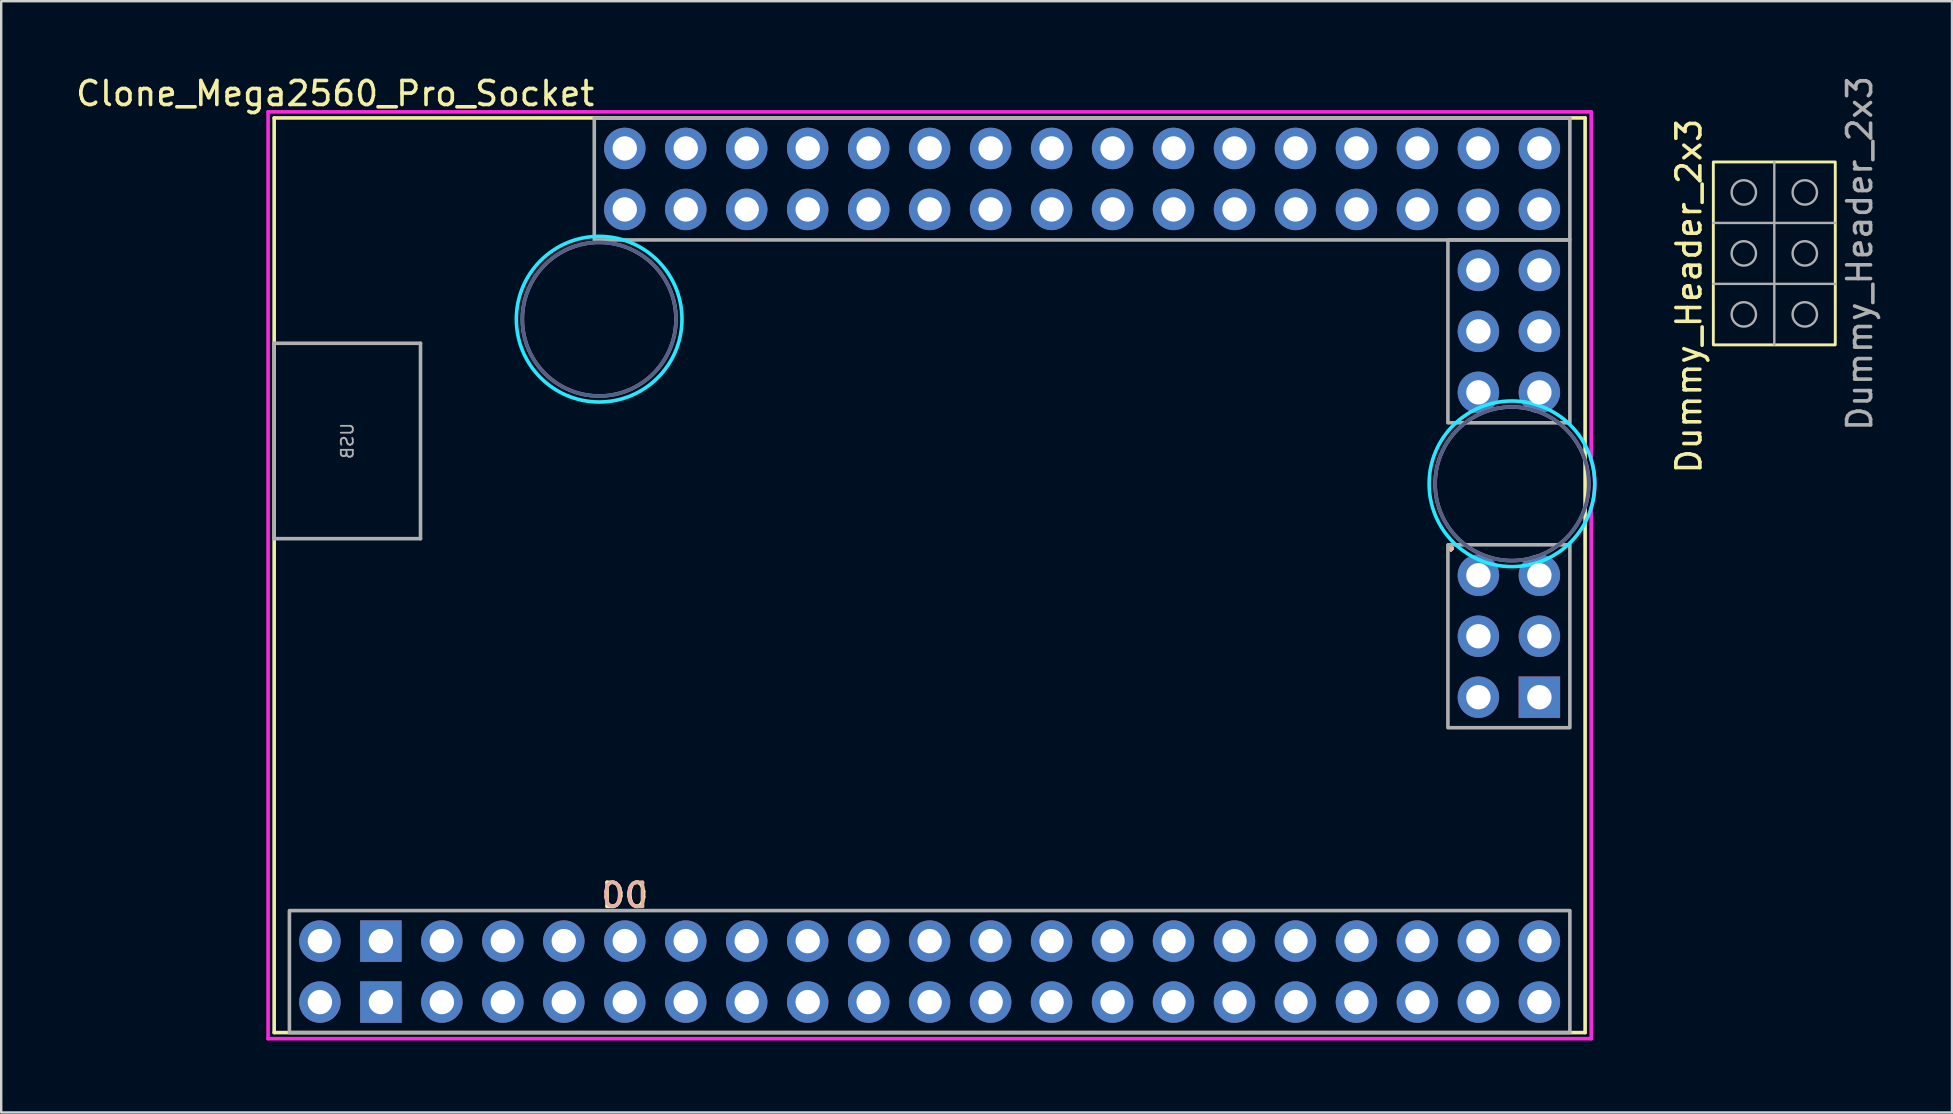
<source format=kicad_pcb>
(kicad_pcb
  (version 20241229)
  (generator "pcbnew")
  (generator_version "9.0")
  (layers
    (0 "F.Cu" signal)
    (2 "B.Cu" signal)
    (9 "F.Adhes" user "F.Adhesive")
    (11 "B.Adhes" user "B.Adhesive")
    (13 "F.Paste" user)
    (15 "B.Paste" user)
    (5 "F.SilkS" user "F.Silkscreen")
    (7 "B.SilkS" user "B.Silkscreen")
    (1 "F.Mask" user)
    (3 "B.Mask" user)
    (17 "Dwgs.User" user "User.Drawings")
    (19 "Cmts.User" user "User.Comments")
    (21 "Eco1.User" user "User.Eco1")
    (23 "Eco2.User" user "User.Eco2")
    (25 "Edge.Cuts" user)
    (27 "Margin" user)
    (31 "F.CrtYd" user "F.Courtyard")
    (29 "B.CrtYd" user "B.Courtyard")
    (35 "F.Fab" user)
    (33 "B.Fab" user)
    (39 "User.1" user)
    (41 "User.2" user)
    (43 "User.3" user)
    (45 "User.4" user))
  (footprint "Clone_Mega2560_Pro_Socket"
    (layer "F.Cu")
    (at 8.371 1.864)
    (property "Reference" "Clone_Mega2560_Pro_Socket" (at 2.54 -1.016 0) (layer "F.SilkS") (effects (font (size 1 1) (thickness 0.15))))
    (attr through_hole)
    (fp_line (start 0 0) (end 0 38.1) (stroke (width 0.15) (type solid)) (layer "F.SilkS"))
    (fp_line (start 0 0) (end 54.61 0) (stroke (width 0.15) (type solid)) (layer "F.SilkS"))
    (fp_line (start 0 38.1) (end 54.61 38.1) (stroke (width 0.15) (type solid)) (layer "F.SilkS"))
    (fp_line (start 54.61 0) (end 54.61 38.1) (stroke (width 0.15) (type solid)) (layer "F.SilkS"))
    (fp_circle (center 13.538 8.382) (end 16.988 8.382) (stroke (width 0.15) (type solid)) (fill no) (layer "B.CrtYd"))
    (fp_circle (center 51.562 15.24) (end 55.012 15.24) (stroke (width 0.15) (type solid)) (fill no) (layer "B.CrtYd"))
    (fp_line (start -0.254 38.354) (end -0.254 -0.254) (stroke (width 0.15) (type solid)) (layer "F.CrtYd"))
    (fp_line (start 54.864 -0.254) (end -0.254 -0.254) (stroke (width 0.15) (type solid)) (layer "F.CrtYd"))
    (fp_line (start 54.864 14.242) (end 54.864 -0.254) (stroke (width 0.15) (type solid)) (layer "F.CrtYd"))
    (fp_line (start 54.864 38.354) (end -0.254 38.354) (stroke (width 0.15) (type solid)) (layer "F.CrtYd"))
    (fp_line (start 54.864 38.354) (end 54.864 16.237) (stroke (width 0.15) (type solid)) (layer "F.CrtYd"))
    (fp_arc (start 54.864 14.242) (mid 55.011743 15.2395) (end 54.864 16.237) (stroke (width 0.15) (type solid)) (layer "F.CrtYd"))
    (fp_circle (center 13.538 8.382) (end 16.738 8.382) (stroke (width 0.15) (type solid)) (fill no) (layer "B.Fab"))
    (fp_circle (center 51.562 15.24) (end 54.762 15.24) (stroke (width 0.15) (type solid)) (fill no) (layer "B.Fab"))
    (fp_line (start 0 9.386) (end 6.096 9.386) (stroke (width 0.15) (type solid)) (layer "F.Fab"))
    (fp_line (start 0 17.526) (end 0 9.386) (stroke (width 0.15) (type solid)) (layer "F.Fab"))
    (fp_line (start 6.096 17.526) (end 0 17.526) (stroke (width 0.15) (type solid)) (layer "F.Fab"))
    (fp_line (start 6.096 17.526) (end 6.096 9.386) (stroke (width 0.15) (type solid)) (layer "F.Fab"))
    (fp_rect (start 0.635 33.02) (end 53.975 38.1) (stroke (width 0.15) (type solid)) (fill no) (layer "F.Fab"))
    (fp_rect (start 13.335 0) (end 53.975 5.08) (stroke (width 0.15) (type solid)) (fill no) (layer "F.Fab"))
    (fp_rect (start 48.895 5.08) (end 53.975 12.7) (stroke (width 0.15) (type solid)) (fill no) (layer "F.Fab"))
    (fp_rect (start 48.895 17.78) (end 53.975 25.4) (stroke (width 0.15) (type solid)) (fill no) (layer "F.Fab"))
    (fp_circle (center 13.538 8.382) (end 16.738 8.382) (stroke (width 0.15) (type solid)) (fill no) (layer "F.Fab"))
    (fp_circle (center 51.562 15.24) (end 54.762 15.24) (stroke (width 0.15) (type solid)) (fill no) (layer "F.Fab"))
    (fp_text user "D0" (at 14.605 32.385 0) (unlocked yes) (layer "F.SilkS") (effects (font (size 1 1) (thickness 0.15))))
    (fp_text user "." (at 49.022 17.526 0) (layer "F.SilkS") (effects (font (size 1 1) (thickness 0.15))))
    (fp_text user "." (at 49.022 17.526 0) (layer "B.SilkS") (effects (font (size 1 1) (thickness 0.15))))
    (fp_text user "D0" (at 14.605 32.385 0) (unlocked yes) (layer "B.SilkS") (effects (font (size 1 1) (thickness 0.15)) (justify mirror)))
    (fp_text user "USB" (at 3.048 13.456 270) (layer "F.Fab") (effects (font (size 0.5 0.5) (thickness 0.075)) (justify mirror)))
    (pad "3V31" thru_hole oval (at 9.525 34.29) (size 1.727 1.727) (drill 1.016) (layers "*.Cu" "*.Mask"))
    (pad "3V32" thru_hole oval (at 9.525 36.83) (size 1.727 1.727) (drill 1.016) (layers "*.Cu" "*.Mask"))
    (pad "5V1" thru_hole oval (at 6.985 34.29) (size 1.727 1.727) (drill 1.016) (layers "*.Cu" "*.Mask"))
    (pad "5V2" thru_hole oval (at 52.705 19.05) (size 1.727 1.727) (drill 1.016) (layers "*.Cu" "*.Mask"))
    (pad "5V3" thru_hole oval (at 6.985 36.83) (size 1.727 1.727) (drill 1.016) (layers "*.Cu" "*.Mask"))
    (pad "A0" thru_hole oval (at 14.605 1.27) (size 1.727 1.727) (drill 1.016) (layers "*.Cu" "*.Mask"))
    (pad "A1" thru_hole oval (at 14.605 3.81) (size 1.727 1.727) (drill 1.016) (layers "*.Cu" "*.Mask"))
    (pad "A2" thru_hole oval (at 17.145 1.27) (size 1.727 1.727) (drill 1.016) (layers "*.Cu" "*.Mask"))
    (pad "A3" thru_hole oval (at 17.145 3.81) (size 1.727 1.727) (drill 1.016) (layers "*.Cu" "*.Mask"))
    (pad "A4" thru_hole oval (at 19.685 1.27) (size 1.727 1.727) (drill 1.016) (layers "*.Cu" "*.Mask"))
    (pad "A5" thru_hole oval (at 19.685 3.81) (size 1.727 1.727) (drill 1.016) (layers "*.Cu" "*.Mask"))
    (pad "A6" thru_hole oval (at 22.225 1.27) (size 1.727 1.727) (drill 1.016) (layers "*.Cu" "*.Mask"))
    (pad "A7" thru_hole oval (at 22.225 3.81) (size 1.727 1.727) (drill 1.016) (layers "*.Cu" "*.Mask"))
    (pad "A8" thru_hole oval (at 24.765 1.27) (size 1.727 1.727) (drill 1.016) (layers "*.Cu" "*.Mask"))
    (pad "A9" thru_hole oval (at 24.765 3.81) (size 1.727 1.727) (drill 1.016) (layers "*.Cu" "*.Mask"))
    (pad "A10" thru_hole oval (at 27.305 1.27) (size 1.727 1.727) (drill 1.016) (layers "*.Cu" "*.Mask"))
    (pad "A11" thru_hole oval (at 27.305 3.81) (size 1.727 1.727) (drill 1.016) (layers "*.Cu" "*.Mask"))
    (pad "A12" thru_hole oval (at 29.845 1.27) (size 1.727 1.727) (drill 1.016) (layers "*.Cu" "*.Mask"))
    (pad "A13" thru_hole oval (at 29.845 3.81) (size 1.727 1.727) (drill 1.016) (layers "*.Cu" "*.Mask"))
    (pad "A14" thru_hole oval (at 32.385 1.27) (size 1.727 1.727) (drill 1.016) (layers "*.Cu" "*.Mask"))
    (pad "A15" thru_hole oval (at 32.385 3.81) (size 1.727 1.727) (drill 1.016) (layers "*.Cu" "*.Mask"))
    (pad "AREF" thru_hole oval (at 12.065 34.29) (size 1.727 1.727) (drill 1.016) (layers "*.Cu" "*.Mask"))
    (pad "D0" thru_hole oval (at 14.605 34.29) (size 1.727 1.727) (drill 1.016) (layers "*.Cu" "*.Mask"))
    (pad "D1" thru_hole oval (at 14.605 36.83) (size 1.727 1.727) (drill 1.016) (layers "*.Cu" "*.Mask"))
    (pad "D2" thru_hole oval (at 17.145 34.29) (size 1.727 1.727) (drill 1.016) (layers "*.Cu" "*.Mask"))
    (pad "D3" thru_hole oval (at 17.145 36.83) (size 1.727 1.727) (drill 1.016) (layers "*.Cu" "*.Mask"))
    (pad "D4" thru_hole oval (at 19.685 34.29) (size 1.727 1.727) (drill 1.016) (layers "*.Cu" "*.Mask"))
    (pad "D5" thru_hole oval (at 19.685 36.83) (size 1.727 1.727) (drill 1.016) (layers "*.Cu" "*.Mask"))
    (pad "D6" thru_hole oval (at 22.225 34.29) (size 1.727 1.727) (drill 1.016) (layers "*.Cu" "*.Mask"))
    (pad "D7" thru_hole oval (at 22.225 36.83) (size 1.727 1.727) (drill 1.016) (layers "*.Cu" "*.Mask"))
    (pad "D8" thru_hole oval (at 24.765 34.29) (size 1.727 1.727) (drill 1.016) (layers "*.Cu" "*.Mask"))
    (pad "D9" thru_hole oval (at 24.765 36.83) (size 1.727 1.727) (drill 1.016) (layers "*.Cu" "*.Mask"))
    (pad "D10" thru_hole oval (at 27.305 34.29) (size 1.727 1.727) (drill 1.016) (layers "*.Cu" "*.Mask"))
    (pad "D11" thru_hole oval (at 27.305 36.83) (size 1.727 1.727) (drill 1.016) (layers "*.Cu" "*.Mask"))
    (pad "D12" thru_hole oval (at 29.845 34.29) (size 1.727 1.727) (drill 1.016) (layers "*.Cu" "*.Mask"))
    (pad "D13" thru_hole oval (at 29.845 36.83) (size 1.727 1.727) (drill 1.016) (layers "*.Cu" "*.Mask"))
    (pad "D14" thru_hole oval (at 32.385 34.29) (size 1.727 1.727) (drill 1.016) (layers "*.Cu" "*.Mask"))
    (pad "D15" thru_hole oval (at 32.385 36.83) (size 1.727 1.727) (drill 1.016) (layers "*.Cu" "*.Mask"))
    (pad "D16" thru_hole oval (at 34.925 34.29) (size 1.727 1.727) (drill 1.016) (layers "*.Cu" "*.Mask"))
    (pad "D17" thru_hole oval (at 34.925 36.83) (size 1.727 1.727) (drill 1.016) (layers "*.Cu" "*.Mask"))
    (pad "D18" thru_hole oval (at 37.465 34.29) (size 1.727 1.727) (drill 1.016) (layers "*.Cu" "*.Mask"))
    (pad "D19" thru_hole oval (at 37.465 36.83) (size 1.727 1.727) (drill 1.016) (layers "*.Cu" "*.Mask"))
    (pad "D20" thru_hole oval (at 40.005 34.29) (size 1.727 1.727) (drill 1.016) (layers "*.Cu" "*.Mask"))
    (pad "D21" thru_hole oval (at 40.005 36.83) (size 1.727 1.727) (drill 1.016) (layers "*.Cu" "*.Mask"))
    (pad "D22" thru_hole oval (at 42.545 34.29) (size 1.727 1.727) (drill 1.016) (layers "*.Cu" "*.Mask"))
    (pad "D23" thru_hole oval (at 42.545 36.83) (size 1.727 1.727) (drill 1.016) (layers "*.Cu" "*.Mask"))
    (pad "D24" thru_hole oval (at 45.085 34.29) (size 1.727 1.727) (drill 1.016) (layers "*.Cu" "*.Mask"))
    (pad "D25" thru_hole oval (at 45.085 36.83) (size 1.727 1.727) (drill 1.016) (layers "*.Cu" "*.Mask"))
    (pad "D26" thru_hole oval (at 47.625 34.29) (size 1.727 1.727) (drill 1.016) (layers "*.Cu" "*.Mask"))
    (pad "D27" thru_hole oval (at 47.625 36.83) (size 1.727 1.727) (drill 1.016) (layers "*.Cu" "*.Mask"))
    (pad "D28" thru_hole oval (at 50.165 34.29) (size 1.727 1.727) (drill 1.016) (layers "*.Cu" "*.Mask"))
    (pad "D29" thru_hole oval (at 50.165 36.83) (size 1.727 1.727) (drill 1.016) (layers "*.Cu" "*.Mask"))
    (pad "D30" thru_hole oval (at 52.705 34.29) (size 1.727 1.727) (drill 1.016) (layers "*.Cu" "*.Mask"))
    (pad "D31" thru_hole oval (at 52.705 36.83) (size 1.727 1.727) (drill 1.016) (layers "*.Cu" "*.Mask"))
    (pad "D32" thru_hole oval (at 34.925 1.27) (size 1.727 1.727) (drill 1.016) (layers "*.Cu" "*.Mask"))
    (pad "D33" thru_hole oval (at 34.925 3.81) (size 1.727 1.727) (drill 1.016) (layers "*.Cu" "*.Mask"))
    (pad "D34" thru_hole oval (at 37.465 1.27) (size 1.727 1.727) (drill 1.016) (layers "*.Cu" "*.Mask"))
    (pad "D35" thru_hole oval (at 37.465 3.81) (size 1.727 1.727) (drill 1.016) (layers "*.Cu" "*.Mask"))
    (pad "D36" thru_hole oval (at 40.005 1.27) (size 1.727 1.727) (drill 1.016) (layers "*.Cu" "*.Mask"))
    (pad "D37" thru_hole oval (at 40.005 3.81) (size 1.727 1.727) (drill 1.016) (layers "*.Cu" "*.Mask"))
    (pad "D38" thru_hole oval (at 42.545 1.27) (size 1.727 1.727) (drill 1.016) (layers "*.Cu" "*.Mask"))
    (pad "D39" thru_hole oval (at 42.545 3.81) (size 1.727 1.727) (drill 1.016) (layers "*.Cu" "*.Mask"))
    (pad "D40" thru_hole oval (at 45.085 1.27) (size 1.727 1.727) (drill 1.016) (layers "*.Cu" "*.Mask"))
    (pad "D41" thru_hole oval (at 45.085 3.81) (size 1.727 1.727) (drill 1.016) (layers "*.Cu" "*.Mask"))
    (pad "D42" thru_hole oval (at 47.625 1.27) (size 1.727 1.727) (drill 1.016) (layers "*.Cu" "*.Mask"))
    (pad "D43" thru_hole oval (at 47.625 3.81) (size 1.727 1.727) (drill 1.016) (layers "*.Cu" "*.Mask"))
    (pad "D44" thru_hole oval (at 50.165 1.27) (size 1.727 1.727) (drill 1.016) (layers "*.Cu" "*.Mask"))
    (pad "D45" thru_hole oval (at 50.165 3.81) (size 1.727 1.727) (drill 1.016) (layers "*.Cu" "*.Mask"))
    (pad "D46" thru_hole oval (at 52.705 1.27) (size 1.727 1.727) (drill 1.016) (layers "*.Cu" "*.Mask"))
    (pad "D47" thru_hole oval (at 52.705 3.81) (size 1.727 1.727) (drill 1.016) (layers "*.Cu" "*.Mask"))
    (pad "D48" thru_hole oval (at 52.705 6.35) (size 1.727 1.727) (drill 1.016) (layers "*.Cu" "*.Mask"))
    (pad "D49" thru_hole oval (at 50.165 6.35) (size 1.727 1.727) (drill 1.016) (layers "*.Cu" "*.Mask"))
    (pad "D50" thru_hole oval (at 52.705 8.89) (size 1.727 1.727) (drill 1.016) (layers "*.Cu" "*.Mask"))
    (pad "D51" thru_hole oval (at 50.165 8.89) (size 1.727 1.727) (drill 1.016) (layers "*.Cu" "*.Mask"))
    (pad "D52" thru_hole oval (at 52.705 11.43) (size 1.727 1.727) (drill 1.016) (layers "*.Cu" "*.Mask"))
    (pad "D53" thru_hole oval (at 50.165 11.43) (size 1.727 1.727) (drill 1.016) (layers "*.Cu" "*.Mask"))
    (pad "GND1" thru_hole rect (at 4.445 34.29) (size 1.727 1.727) (drill 1.016) (layers "*.Cu" "*.Mask"))
    (pad "GND2" thru_hole rect (at 4.445 36.83) (size 1.727 1.727) (drill 1.016) (layers "*.Cu" "*.Mask"))
    (pad "GND4" thru_hole rect (at 52.705 24.13) (size 1.727 1.727) (drill 1.016) (layers "*.Cu" "*.Mask"))
    (pad "MISO" thru_hole oval (at 50.165 19.05) (size 1.727 1.727) (drill 1.016) (layers "*.Cu" "*.Mask"))
    (pad "MOSI" thru_hole oval (at 52.705 21.59) (size 1.727 1.727) (drill 1.016) (layers "*.Cu" "*.Mask"))
    (pad "RST1" thru_hole oval (at 12.065 36.83) (size 1.727 1.727) (drill 1.016) (layers "*.Cu" "*.Mask"))
    (pad "RST2" thru_hole oval (at 50.165 24.13) (size 1.727 1.727) (drill 1.016) (layers "*.Cu" "*.Mask"))
    (pad "SCK" thru_hole oval (at 50.165 21.59) (size 1.727 1.727) (drill 1.016) (layers "*.Cu" "*.Mask"))
    (pad "VIN1" thru_hole oval (at 1.905 34.29) (size 1.727 1.727) (drill 1.016) (layers "*.Cu" "*.Mask"))
    (pad "VIN2" thru_hole oval (at 1.905 36.83) (size 1.727 1.727) (drill 1.016) (layers "*.Cu" "*.Mask")))
  (footprint "Dummy_Header_2x3"
    (layer "F.Cu")
    (at 69.592 4.966)
    (property "Reference" "Dummy_Header_2x3" (at -2.286 4.318 90) (unlocked yes) (layer "F.SilkS") (effects (font (size 1 1) (thickness 0.15))))
    (attr through_hole)
    (fp_rect (start -1.27 -1.27) (end 3.81 6.35) (stroke (width 0.12) (type default)) (fill no) (layer "F.SilkS"))
    (fp_line (start -1.27 1.27) (end 3.81 1.27) (stroke (width 0.1) (type default)) (layer "F.Fab"))
    (fp_line (start -1.27 3.81) (end 3.81 3.81) (stroke (width 0.1) (type default)) (layer "F.Fab"))
    (fp_line (start 1.27 -1.27) (end 1.27 6.35) (stroke (width 0.1) (type default)) (layer "F.Fab"))
    (fp_circle (center 0 0) (end 0.508 0) (stroke (width 0.1) (type default)) (fill no) (layer "F.Fab"))
    (fp_circle (center 0 2.54) (end 0.508 2.54) (stroke (width 0.1) (type default)) (fill no) (layer "F.Fab"))
    (fp_circle (center 0 5.08) (end 0.508 5.08) (stroke (width 0.1) (type default)) (fill no) (layer "F.Fab"))
    (fp_circle (center 2.54 0) (end 3.048 0) (stroke (width 0.1) (type default)) (fill no) (layer "F.Fab"))
    (fp_circle (center 2.54 2.54) (end 3.048 2.54) (stroke (width 0.1) (type default)) (fill no) (layer "F.Fab"))
    (fp_circle (center 2.54 5.08) (end 3.048 5.08) (stroke (width 0.1) (type default)) (fill no) (layer "F.Fab"))
    (fp_text user "${REFERENCE}" (at 4.826 2.54 90) (unlocked yes) (layer "F.Fab") (effects (font (size 1 1) (thickness 0.15)))))
  (gr_rect
    (start -3 -3)
    (end 78.266 43.293)
    (stroke (width 0.1) (type default))
    (fill no)
    (layer "Edge.Cuts")))
</source>
